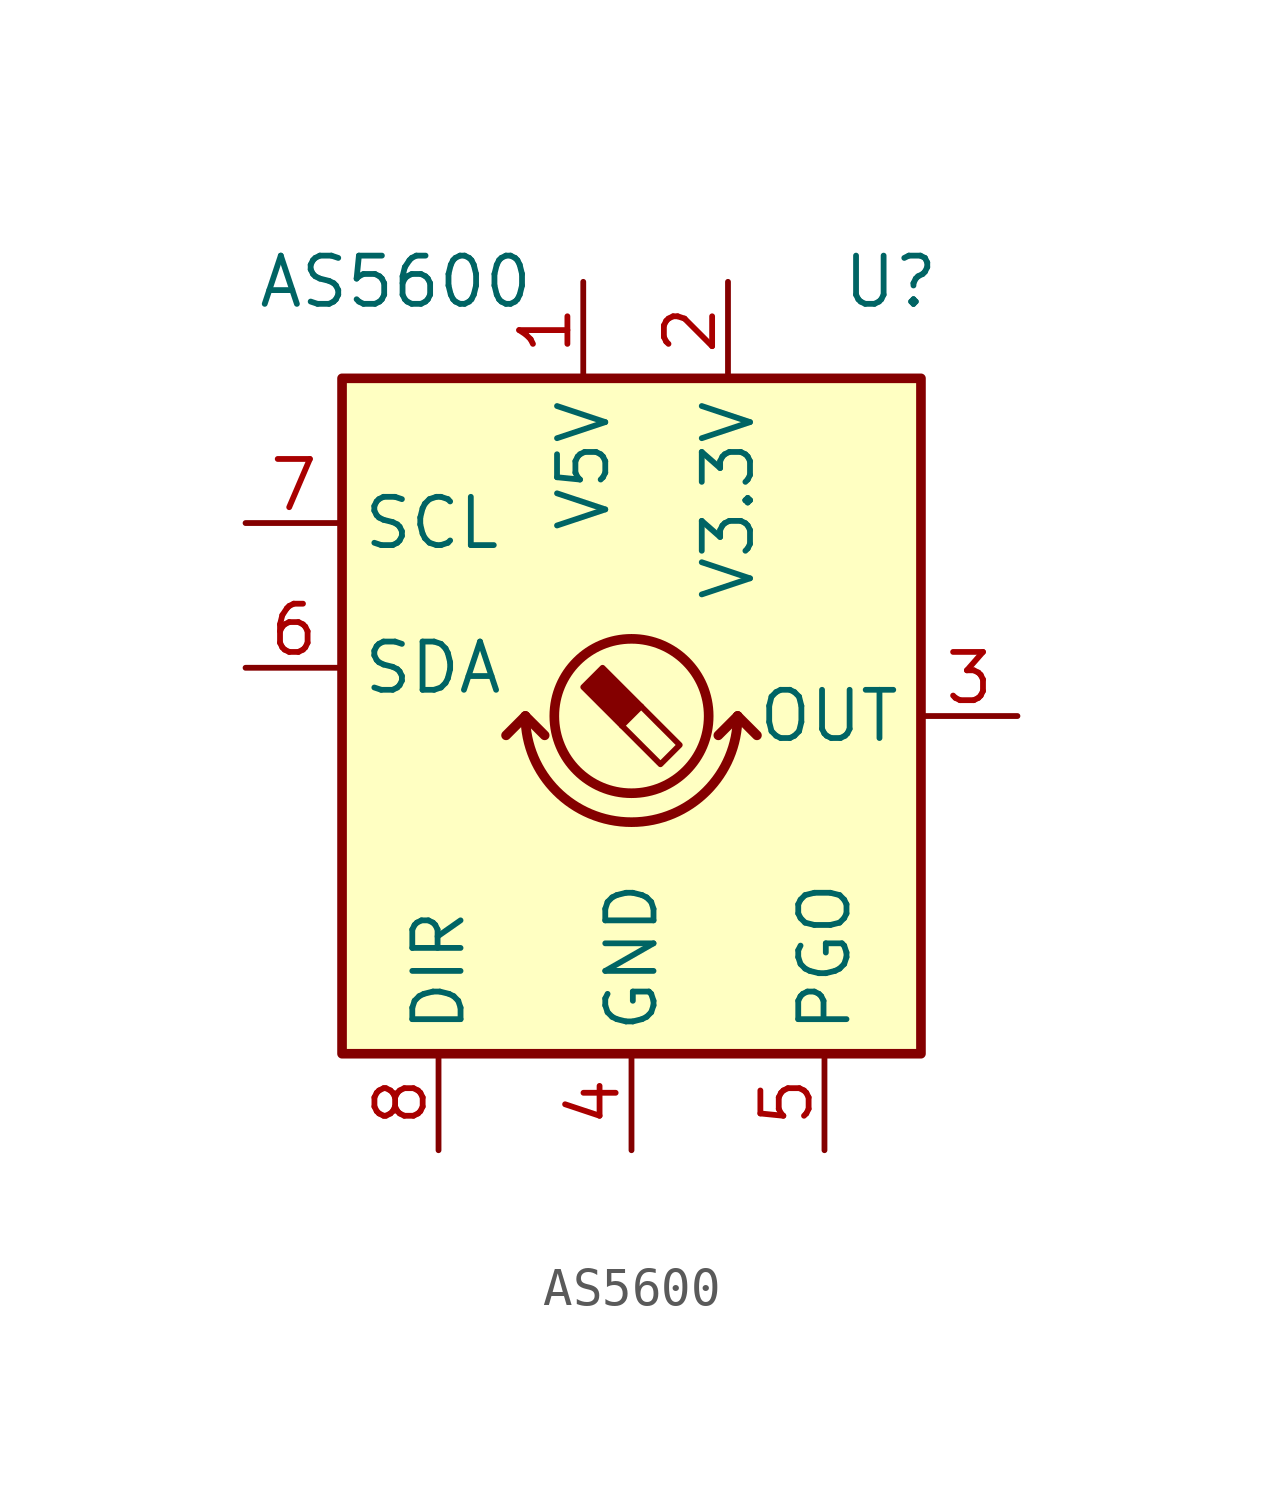
<source format=kicad_sym>
(kicad_symbol_lib
  (version 20231120)
  (generator "kicad_symbol_editor")
  (generator_version "8.0")
  (symbol "AS5600"
    (property "Reference" "U"
      (at 8.128 11.43 0)
      (effects (font (size 1.27 1.27)) (justify right)))
    (property "Value" "AS5600"
      (at -2.54 11.43 0)
      (effects (font (size 1.27 1.27)) (justify right)))
    (symbol "AS5600_0_1"
      (rectangle (start -7.62 8.89) (end 7.62 -8.89) (stroke (width 0.254) (type default)) (fill (type background)))
      (arc (start -2.794 0) (mid 0 -2.7819) (end 2.794 0) (stroke (width 0.254) (type default)) (fill (type none)))
      (polyline (pts (xy -2.794 0) (xy -3.302 -0.508)) (stroke (width 0.254) (type default)) (fill (type none)))
      (polyline (pts (xy -2.794 0) (xy -2.286 -0.508)) (stroke (width 0.254) (type default)) (fill (type none)))
      (polyline (pts (xy 2.794 0) (xy 2.286 -0.508)) (stroke (width 0.254) (type default)) (fill (type none)))
      (polyline (pts (xy 2.794 0) (xy 3.302 -0.508)) (stroke (width 0.254) (type default)) (fill (type none))))
    (symbol "AS5600_1_1"
      (polyline (pts (xy 0.254 0.254) (xy 1.27 -0.762) (xy 0.762 -1.27) (xy -0.254 -0.254)) (stroke (width 0) (type default)) (fill (type none)))
      (polyline (pts (xy -0.762 1.27) (xy 0.254 0.254) (xy -0.254 -0.254) (xy -1.27 0.762) (xy -1.016 1.016) (xy -0.762 1.27) (xy -0.635 1.143)) (stroke (width 0) (type default)) (fill (type outline)))
      (circle (center 0 0) (radius 2.032) (stroke (width 0.254) (type default)) (fill (type none)))
      (pin power_in line (at -1.27 11.43 270) (length 2.54) (name "V5V" (effects (font (size 1.27 1.27)))) (number "1" (effects (font (size 1.27 1.27)))))
      (pin power_in line (at 2.54 11.43 270) (length 2.54) (name "V3.3V" (effects (font (size 1.27 1.27)))) (number "2" (effects (font (size 1.27 1.27)))))
      (pin output line (at 10.16 0 180) (length 2.54) (name "OUT" (effects (font (size 1.27 1.27)))) (number "3" (effects (font (size 1.27 1.27)))))
      (pin power_in line (at 0 -11.43 90) (length 2.54) (name "GND" (effects (font (size 1.27 1.27)))) (number "4" (effects (font (size 1.27 1.27)))))
      (pin input line (at 5.08 -11.43 90) (length 2.54) (name "PGO" (effects (font (size 1.27 1.27)))) (number "5" (effects (font (size 1.27 1.27)))))
      (pin tri_state line (at -10.16 1.27 0) (length 2.54) (name "SDA" (effects (font (size 1.27 1.27)))) (number "6" (effects (font (size 1.27 1.27)))))
      (pin tri_state line (at -10.16 5.08 0) (length 2.54) (name "SCL" (effects (font (size 1.27 1.27)))) (number "7" (effects (font (size 1.27 1.27)))))
      (pin input line (at -5.08 -11.43 90) (length 2.54) (name "DIR" (effects (font (size 1.27 1.27)))) (number "8" (effects (font (size 1.27 1.27))))))))
</source>
